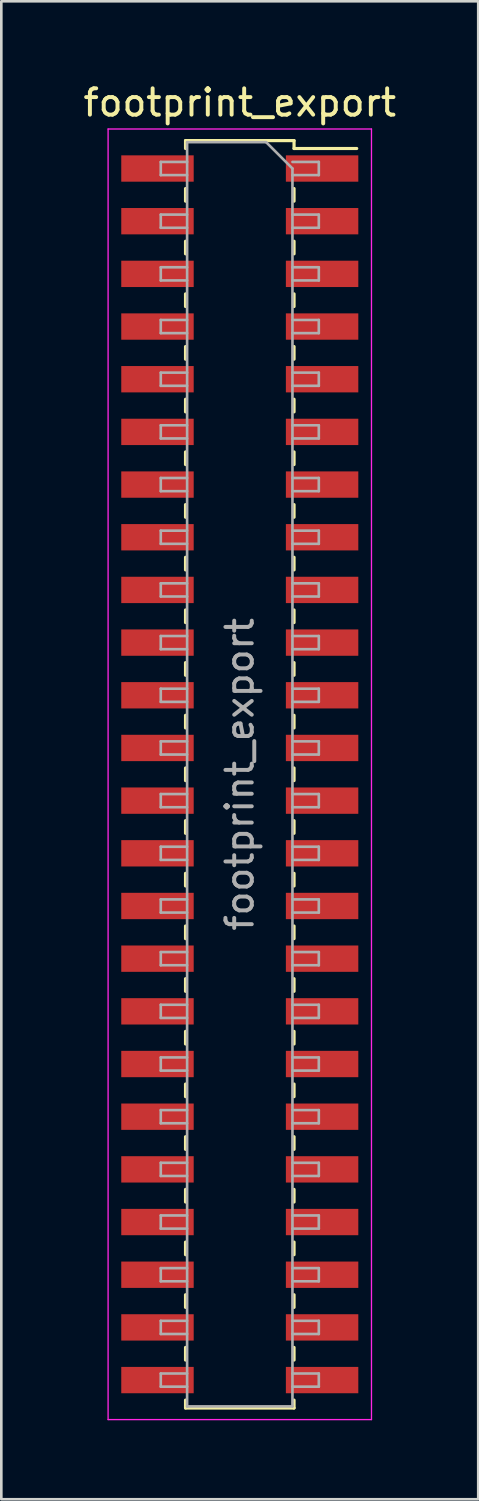
<source format=kicad_pcb>
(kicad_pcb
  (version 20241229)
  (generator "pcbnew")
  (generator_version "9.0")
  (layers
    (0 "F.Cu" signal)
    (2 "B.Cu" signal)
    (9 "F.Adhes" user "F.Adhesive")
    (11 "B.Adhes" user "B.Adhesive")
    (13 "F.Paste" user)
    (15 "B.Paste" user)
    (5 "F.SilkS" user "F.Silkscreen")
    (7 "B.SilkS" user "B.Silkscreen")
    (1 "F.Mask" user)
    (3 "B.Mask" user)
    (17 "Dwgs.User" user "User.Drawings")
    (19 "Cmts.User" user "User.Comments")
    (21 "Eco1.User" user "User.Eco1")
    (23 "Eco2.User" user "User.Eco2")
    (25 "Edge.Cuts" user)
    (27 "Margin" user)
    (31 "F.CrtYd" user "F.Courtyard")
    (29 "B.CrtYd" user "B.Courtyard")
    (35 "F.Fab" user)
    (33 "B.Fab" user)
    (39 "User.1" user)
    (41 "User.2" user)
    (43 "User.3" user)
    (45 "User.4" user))
  (footprint "footprint_export"
    (layer "F.Cu")
    (at 6.054 26.348)
    (property "Reference" "footprint_export" (at 0 -25.5 0) (layer "F.SilkS") (effects (font (size 1 1) (thickness 0.15))))
    (attr smd)
    (fp_line (start -2.06 -24.06) (end -2.06 -23.76) (stroke (width 0.12) (type solid)) (layer "F.SilkS"))
    (fp_line (start -2.06 -24.06) (end 2.06 -24.06) (stroke (width 0.12) (type solid)) (layer "F.SilkS"))
    (fp_line (start -2.06 -22.24) (end -2.06 -21.76) (stroke (width 0.12) (type solid)) (layer "F.SilkS"))
    (fp_line (start -2.06 -20.24) (end -2.06 -19.76) (stroke (width 0.12) (type solid)) (layer "F.SilkS"))
    (fp_line (start -2.06 -18.24) (end -2.06 -17.76) (stroke (width 0.12) (type solid)) (layer "F.SilkS"))
    (fp_line (start -2.06 -16.24) (end -2.06 -15.76) (stroke (width 0.12) (type solid)) (layer "F.SilkS"))
    (fp_line (start -2.06 -14.24) (end -2.06 -13.76) (stroke (width 0.12) (type solid)) (layer "F.SilkS"))
    (fp_line (start -2.06 -12.24) (end -2.06 -11.76) (stroke (width 0.12) (type solid)) (layer "F.SilkS"))
    (fp_line (start -2.06 -10.24) (end -2.06 -9.76) (stroke (width 0.12) (type solid)) (layer "F.SilkS"))
    (fp_line (start -2.06 -8.24) (end -2.06 -7.76) (stroke (width 0.12) (type solid)) (layer "F.SilkS"))
    (fp_line (start -2.06 -6.24) (end -2.06 -5.76) (stroke (width 0.12) (type solid)) (layer "F.SilkS"))
    (fp_line (start -2.06 -4.24) (end -2.06 -3.76) (stroke (width 0.12) (type solid)) (layer "F.SilkS"))
    (fp_line (start -2.06 -2.24) (end -2.06 -1.76) (stroke (width 0.12) (type solid)) (layer "F.SilkS"))
    (fp_line (start -2.06 -0.24) (end -2.06 0.24) (stroke (width 0.12) (type solid)) (layer "F.SilkS"))
    (fp_line (start -2.06 1.76) (end -2.06 2.24) (stroke (width 0.12) (type solid)) (layer "F.SilkS"))
    (fp_line (start -2.06 3.76) (end -2.06 4.24) (stroke (width 0.12) (type solid)) (layer "F.SilkS"))
    (fp_line (start -2.06 5.76) (end -2.06 6.24) (stroke (width 0.12) (type solid)) (layer "F.SilkS"))
    (fp_line (start -2.06 7.76) (end -2.06 8.24) (stroke (width 0.12) (type solid)) (layer "F.SilkS"))
    (fp_line (start -2.06 9.76) (end -2.06 10.24) (stroke (width 0.12) (type solid)) (layer "F.SilkS"))
    (fp_line (start -2.06 11.76) (end -2.06 12.24) (stroke (width 0.12) (type solid)) (layer "F.SilkS"))
    (fp_line (start -2.06 13.76) (end -2.06 14.24) (stroke (width 0.12) (type solid)) (layer "F.SilkS"))
    (fp_line (start -2.06 15.76) (end -2.06 16.24) (stroke (width 0.12) (type solid)) (layer "F.SilkS"))
    (fp_line (start -2.06 17.76) (end -2.06 18.24) (stroke (width 0.12) (type solid)) (layer "F.SilkS"))
    (fp_line (start -2.06 19.76) (end -2.06 20.24) (stroke (width 0.12) (type solid)) (layer "F.SilkS"))
    (fp_line (start -2.06 21.76) (end -2.06 22.24) (stroke (width 0.12) (type solid)) (layer "F.SilkS"))
    (fp_line (start -2.06 23.76) (end -2.06 24.06) (stroke (width 0.12) (type solid)) (layer "F.SilkS"))
    (fp_line (start -2.06 24.06) (end 2.06 24.06) (stroke (width 0.12) (type solid)) (layer "F.SilkS"))
    (fp_line (start 2.06 -24.06) (end 2.06 -23.76) (stroke (width 0.12) (type solid)) (layer "F.SilkS"))
    (fp_line (start 2.06 -23.76) (end 4.44 -23.76) (stroke (width 0.12) (type solid)) (layer "F.SilkS"))
    (fp_line (start 2.06 -22.24) (end 2.06 -21.76) (stroke (width 0.12) (type solid)) (layer "F.SilkS"))
    (fp_line (start 2.06 -20.24) (end 2.06 -19.76) (stroke (width 0.12) (type solid)) (layer "F.SilkS"))
    (fp_line (start 2.06 -18.24) (end 2.06 -17.76) (stroke (width 0.12) (type solid)) (layer "F.SilkS"))
    (fp_line (start 2.06 -16.24) (end 2.06 -15.76) (stroke (width 0.12) (type solid)) (layer "F.SilkS"))
    (fp_line (start 2.06 -14.24) (end 2.06 -13.76) (stroke (width 0.12) (type solid)) (layer "F.SilkS"))
    (fp_line (start 2.06 -12.24) (end 2.06 -11.76) (stroke (width 0.12) (type solid)) (layer "F.SilkS"))
    (fp_line (start 2.06 -10.24) (end 2.06 -9.76) (stroke (width 0.12) (type solid)) (layer "F.SilkS"))
    (fp_line (start 2.06 -8.24) (end 2.06 -7.76) (stroke (width 0.12) (type solid)) (layer "F.SilkS"))
    (fp_line (start 2.06 -6.24) (end 2.06 -5.76) (stroke (width 0.12) (type solid)) (layer "F.SilkS"))
    (fp_line (start 2.06 -4.24) (end 2.06 -3.76) (stroke (width 0.12) (type solid)) (layer "F.SilkS"))
    (fp_line (start 2.06 -2.24) (end 2.06 -1.76) (stroke (width 0.12) (type solid)) (layer "F.SilkS"))
    (fp_line (start 2.06 -0.24) (end 2.06 0.24) (stroke (width 0.12) (type solid)) (layer "F.SilkS"))
    (fp_line (start 2.06 1.76) (end 2.06 2.24) (stroke (width 0.12) (type solid)) (layer "F.SilkS"))
    (fp_line (start 2.06 3.76) (end 2.06 4.24) (stroke (width 0.12) (type solid)) (layer "F.SilkS"))
    (fp_line (start 2.06 5.76) (end 2.06 6.24) (stroke (width 0.12) (type solid)) (layer "F.SilkS"))
    (fp_line (start 2.06 7.76) (end 2.06 8.24) (stroke (width 0.12) (type solid)) (layer "F.SilkS"))
    (fp_line (start 2.06 9.76) (end 2.06 10.24) (stroke (width 0.12) (type solid)) (layer "F.SilkS"))
    (fp_line (start 2.06 11.76) (end 2.06 12.24) (stroke (width 0.12) (type solid)) (layer "F.SilkS"))
    (fp_line (start 2.06 13.76) (end 2.06 14.24) (stroke (width 0.12) (type solid)) (layer "F.SilkS"))
    (fp_line (start 2.06 15.76) (end 2.06 16.24) (stroke (width 0.12) (type solid)) (layer "F.SilkS"))
    (fp_line (start 2.06 17.76) (end 2.06 18.24) (stroke (width 0.12) (type solid)) (layer "F.SilkS"))
    (fp_line (start 2.06 19.76) (end 2.06 20.24) (stroke (width 0.12) (type solid)) (layer "F.SilkS"))
    (fp_line (start 2.06 21.76) (end 2.06 22.24) (stroke (width 0.12) (type solid)) (layer "F.SilkS"))
    (fp_line (start 2.06 23.76) (end 2.06 24.06) (stroke (width 0.12) (type solid)) (layer "F.SilkS"))
    (fp_line (start -5 -24.5) (end 5 -24.5) (stroke (width 0.05) (type solid)) (layer "F.CrtYd"))
    (fp_line (start -5 24.5) (end -5 -24.5) (stroke (width 0.05) (type solid)) (layer "F.CrtYd"))
    (fp_line (start 5 -24.5) (end 5 24.5) (stroke (width 0.05) (type solid)) (layer "F.CrtYd"))
    (fp_line (start 5 24.5) (end -5 24.5) (stroke (width 0.05) (type solid)) (layer "F.CrtYd"))
    (fp_line (start -3 -23.25) (end -2 -23.25) (stroke (width 0.1) (type solid)) (layer "F.Fab"))
    (fp_line (start -3 -22.75) (end -3 -23.25) (stroke (width 0.1) (type solid)) (layer "F.Fab"))
    (fp_line (start -3 -21.25) (end -2 -21.25) (stroke (width 0.1) (type solid)) (layer "F.Fab"))
    (fp_line (start -3 -20.75) (end -3 -21.25) (stroke (width 0.1) (type solid)) (layer "F.Fab"))
    (fp_line (start -3 -19.25) (end -2 -19.25) (stroke (width 0.1) (type solid)) (layer "F.Fab"))
    (fp_line (start -3 -18.75) (end -3 -19.25) (stroke (width 0.1) (type solid)) (layer "F.Fab"))
    (fp_line (start -3 -17.25) (end -2 -17.25) (stroke (width 0.1) (type solid)) (layer "F.Fab"))
    (fp_line (start -3 -16.75) (end -3 -17.25) (stroke (width 0.1) (type solid)) (layer "F.Fab"))
    (fp_line (start -3 -15.25) (end -2 -15.25) (stroke (width 0.1) (type solid)) (layer "F.Fab"))
    (fp_line (start -3 -14.75) (end -3 -15.25) (stroke (width 0.1) (type solid)) (layer "F.Fab"))
    (fp_line (start -3 -13.25) (end -2 -13.25) (stroke (width 0.1) (type solid)) (layer "F.Fab"))
    (fp_line (start -3 -12.75) (end -3 -13.25) (stroke (width 0.1) (type solid)) (layer "F.Fab"))
    (fp_line (start -3 -11.25) (end -2 -11.25) (stroke (width 0.1) (type solid)) (layer "F.Fab"))
    (fp_line (start -3 -10.75) (end -3 -11.25) (stroke (width 0.1) (type solid)) (layer "F.Fab"))
    (fp_line (start -3 -9.25) (end -2 -9.25) (stroke (width 0.1) (type solid)) (layer "F.Fab"))
    (fp_line (start -3 -8.75) (end -3 -9.25) (stroke (width 0.1) (type solid)) (layer "F.Fab"))
    (fp_line (start -3 -7.25) (end -2 -7.25) (stroke (width 0.1) (type solid)) (layer "F.Fab"))
    (fp_line (start -3 -6.75) (end -3 -7.25) (stroke (width 0.1) (type solid)) (layer "F.Fab"))
    (fp_line (start -3 -5.25) (end -2 -5.25) (stroke (width 0.1) (type solid)) (layer "F.Fab"))
    (fp_line (start -3 -4.75) (end -3 -5.25) (stroke (width 0.1) (type solid)) (layer "F.Fab"))
    (fp_line (start -3 -3.25) (end -2 -3.25) (stroke (width 0.1) (type solid)) (layer "F.Fab"))
    (fp_line (start -3 -2.75) (end -3 -3.25) (stroke (width 0.1) (type solid)) (layer "F.Fab"))
    (fp_line (start -3 -1.25) (end -2 -1.25) (stroke (width 0.1) (type solid)) (layer "F.Fab"))
    (fp_line (start -3 -0.75) (end -3 -1.25) (stroke (width 0.1) (type solid)) (layer "F.Fab"))
    (fp_line (start -3 0.75) (end -2 0.75) (stroke (width 0.1) (type solid)) (layer "F.Fab"))
    (fp_line (start -3 1.25) (end -3 0.75) (stroke (width 0.1) (type solid)) (layer "F.Fab"))
    (fp_line (start -3 2.75) (end -2 2.75) (stroke (width 0.1) (type solid)) (layer "F.Fab"))
    (fp_line (start -3 3.25) (end -3 2.75) (stroke (width 0.1) (type solid)) (layer "F.Fab"))
    (fp_line (start -3 4.75) (end -2 4.75) (stroke (width 0.1) (type solid)) (layer "F.Fab"))
    (fp_line (start -3 5.25) (end -3 4.75) (stroke (width 0.1) (type solid)) (layer "F.Fab"))
    (fp_line (start -3 6.75) (end -2 6.75) (stroke (width 0.1) (type solid)) (layer "F.Fab"))
    (fp_line (start -3 7.25) (end -3 6.75) (stroke (width 0.1) (type solid)) (layer "F.Fab"))
    (fp_line (start -3 8.75) (end -2 8.75) (stroke (width 0.1) (type solid)) (layer "F.Fab"))
    (fp_line (start -3 9.25) (end -3 8.75) (stroke (width 0.1) (type solid)) (layer "F.Fab"))
    (fp_line (start -3 10.75) (end -2 10.75) (stroke (width 0.1) (type solid)) (layer "F.Fab"))
    (fp_line (start -3 11.25) (end -3 10.75) (stroke (width 0.1) (type solid)) (layer "F.Fab"))
    (fp_line (start -3 12.75) (end -2 12.75) (stroke (width 0.1) (type solid)) (layer "F.Fab"))
    (fp_line (start -3 13.25) (end -3 12.75) (stroke (width 0.1) (type solid)) (layer "F.Fab"))
    (fp_line (start -3 14.75) (end -2 14.75) (stroke (width 0.1) (type solid)) (layer "F.Fab"))
    (fp_line (start -3 15.25) (end -3 14.75) (stroke (width 0.1) (type solid)) (layer "F.Fab"))
    (fp_line (start -3 16.75) (end -2 16.75) (stroke (width 0.1) (type solid)) (layer "F.Fab"))
    (fp_line (start -3 17.25) (end -3 16.75) (stroke (width 0.1) (type solid)) (layer "F.Fab"))
    (fp_line (start -3 18.75) (end -2 18.75) (stroke (width 0.1) (type solid)) (layer "F.Fab"))
    (fp_line (start -3 19.25) (end -3 18.75) (stroke (width 0.1) (type solid)) (layer "F.Fab"))
    (fp_line (start -3 20.75) (end -2 20.75) (stroke (width 0.1) (type solid)) (layer "F.Fab"))
    (fp_line (start -3 21.25) (end -3 20.75) (stroke (width 0.1) (type solid)) (layer "F.Fab"))
    (fp_line (start -3 22.75) (end -2 22.75) (stroke (width 0.1) (type solid)) (layer "F.Fab"))
    (fp_line (start -3 23.25) (end -3 22.75) (stroke (width 0.1) (type solid)) (layer "F.Fab"))
    (fp_line (start -2 -24) (end 1 -24) (stroke (width 0.1) (type solid)) (layer "F.Fab"))
    (fp_line (start -2 -22.75) (end -3 -22.75) (stroke (width 0.1) (type solid)) (layer "F.Fab"))
    (fp_line (start -2 -20.75) (end -3 -20.75) (stroke (width 0.1) (type solid)) (layer "F.Fab"))
    (fp_line (start -2 -18.75) (end -3 -18.75) (stroke (width 0.1) (type solid)) (layer "F.Fab"))
    (fp_line (start -2 -16.75) (end -3 -16.75) (stroke (width 0.1) (type solid)) (layer "F.Fab"))
    (fp_line (start -2 -14.75) (end -3 -14.75) (stroke (width 0.1) (type solid)) (layer "F.Fab"))
    (fp_line (start -2 -12.75) (end -3 -12.75) (stroke (width 0.1) (type solid)) (layer "F.Fab"))
    (fp_line (start -2 -10.75) (end -3 -10.75) (stroke (width 0.1) (type solid)) (layer "F.Fab"))
    (fp_line (start -2 -8.75) (end -3 -8.75) (stroke (width 0.1) (type solid)) (layer "F.Fab"))
    (fp_line (start -2 -6.75) (end -3 -6.75) (stroke (width 0.1) (type solid)) (layer "F.Fab"))
    (fp_line (start -2 -4.75) (end -3 -4.75) (stroke (width 0.1) (type solid)) (layer "F.Fab"))
    (fp_line (start -2 -2.75) (end -3 -2.75) (stroke (width 0.1) (type solid)) (layer "F.Fab"))
    (fp_line (start -2 -0.75) (end -3 -0.75) (stroke (width 0.1) (type solid)) (layer "F.Fab"))
    (fp_line (start -2 1.25) (end -3 1.25) (stroke (width 0.1) (type solid)) (layer "F.Fab"))
    (fp_line (start -2 3.25) (end -3 3.25) (stroke (width 0.1) (type solid)) (layer "F.Fab"))
    (fp_line (start -2 5.25) (end -3 5.25) (stroke (width 0.1) (type solid)) (layer "F.Fab"))
    (fp_line (start -2 7.25) (end -3 7.25) (stroke (width 0.1) (type solid)) (layer "F.Fab"))
    (fp_line (start -2 9.25) (end -3 9.25) (stroke (width 0.1) (type solid)) (layer "F.Fab"))
    (fp_line (start -2 11.25) (end -3 11.25) (stroke (width 0.1) (type solid)) (layer "F.Fab"))
    (fp_line (start -2 13.25) (end -3 13.25) (stroke (width 0.1) (type solid)) (layer "F.Fab"))
    (fp_line (start -2 15.25) (end -3 15.25) (stroke (width 0.1) (type solid)) (layer "F.Fab"))
    (fp_line (start -2 17.25) (end -3 17.25) (stroke (width 0.1) (type solid)) (layer "F.Fab"))
    (fp_line (start -2 19.25) (end -3 19.25) (stroke (width 0.1) (type solid)) (layer "F.Fab"))
    (fp_line (start -2 21.25) (end -3 21.25) (stroke (width 0.1) (type solid)) (layer "F.Fab"))
    (fp_line (start -2 23.25) (end -3 23.25) (stroke (width 0.1) (type solid)) (layer "F.Fab"))
    (fp_line (start -2 24) (end -2 -24) (stroke (width 0.1) (type solid)) (layer "F.Fab"))
    (fp_line (start 1 -24) (end 2 -23) (stroke (width 0.1) (type solid)) (layer "F.Fab"))
    (fp_line (start 2 -23.25) (end 3 -23.25) (stroke (width 0.1) (type solid)) (layer "F.Fab"))
    (fp_line (start 2 -23) (end 2 24) (stroke (width 0.1) (type solid)) (layer "F.Fab"))
    (fp_line (start 2 -21.25) (end 3 -21.25) (stroke (width 0.1) (type solid)) (layer "F.Fab"))
    (fp_line (start 2 -19.25) (end 3 -19.25) (stroke (width 0.1) (type solid)) (layer "F.Fab"))
    (fp_line (start 2 -17.25) (end 3 -17.25) (stroke (width 0.1) (type solid)) (layer "F.Fab"))
    (fp_line (start 2 -15.25) (end 3 -15.25) (stroke (width 0.1) (type solid)) (layer "F.Fab"))
    (fp_line (start 2 -13.25) (end 3 -13.25) (stroke (width 0.1) (type solid)) (layer "F.Fab"))
    (fp_line (start 2 -11.25) (end 3 -11.25) (stroke (width 0.1) (type solid)) (layer "F.Fab"))
    (fp_line (start 2 -9.25) (end 3 -9.25) (stroke (width 0.1) (type solid)) (layer "F.Fab"))
    (fp_line (start 2 -7.25) (end 3 -7.25) (stroke (width 0.1) (type solid)) (layer "F.Fab"))
    (fp_line (start 2 -5.25) (end 3 -5.25) (stroke (width 0.1) (type solid)) (layer "F.Fab"))
    (fp_line (start 2 -3.25) (end 3 -3.25) (stroke (width 0.1) (type solid)) (layer "F.Fab"))
    (fp_line (start 2 -1.25) (end 3 -1.25) (stroke (width 0.1) (type solid)) (layer "F.Fab"))
    (fp_line (start 2 0.75) (end 3 0.75) (stroke (width 0.1) (type solid)) (layer "F.Fab"))
    (fp_line (start 2 2.75) (end 3 2.75) (stroke (width 0.1) (type solid)) (layer "F.Fab"))
    (fp_line (start 2 4.75) (end 3 4.75) (stroke (width 0.1) (type solid)) (layer "F.Fab"))
    (fp_line (start 2 6.75) (end 3 6.75) (stroke (width 0.1) (type solid)) (layer "F.Fab"))
    (fp_line (start 2 8.75) (end 3 8.75) (stroke (width 0.1) (type solid)) (layer "F.Fab"))
    (fp_line (start 2 10.75) (end 3 10.75) (stroke (width 0.1) (type solid)) (layer "F.Fab"))
    (fp_line (start 2 12.75) (end 3 12.75) (stroke (width 0.1) (type solid)) (layer "F.Fab"))
    (fp_line (start 2 14.75) (end 3 14.75) (stroke (width 0.1) (type solid)) (layer "F.Fab"))
    (fp_line (start 2 16.75) (end 3 16.75) (stroke (width 0.1) (type solid)) (layer "F.Fab"))
    (fp_line (start 2 18.75) (end 3 18.75) (stroke (width 0.1) (type solid)) (layer "F.Fab"))
    (fp_line (start 2 20.75) (end 3 20.75) (stroke (width 0.1) (type solid)) (layer "F.Fab"))
    (fp_line (start 2 22.75) (end 3 22.75) (stroke (width 0.1) (type solid)) (layer "F.Fab"))
    (fp_line (start 2 24) (end -2 24) (stroke (width 0.1) (type solid)) (layer "F.Fab"))
    (fp_line (start 3 -23.25) (end 3 -22.75) (stroke (width 0.1) (type solid)) (layer "F.Fab"))
    (fp_line (start 3 -22.75) (end 2 -22.75) (stroke (width 0.1) (type solid)) (layer "F.Fab"))
    (fp_line (start 3 -21.25) (end 3 -20.75) (stroke (width 0.1) (type solid)) (layer "F.Fab"))
    (fp_line (start 3 -20.75) (end 2 -20.75) (stroke (width 0.1) (type solid)) (layer "F.Fab"))
    (fp_line (start 3 -19.25) (end 3 -18.75) (stroke (width 0.1) (type solid)) (layer "F.Fab"))
    (fp_line (start 3 -18.75) (end 2 -18.75) (stroke (width 0.1) (type solid)) (layer "F.Fab"))
    (fp_line (start 3 -17.25) (end 3 -16.75) (stroke (width 0.1) (type solid)) (layer "F.Fab"))
    (fp_line (start 3 -16.75) (end 2 -16.75) (stroke (width 0.1) (type solid)) (layer "F.Fab"))
    (fp_line (start 3 -15.25) (end 3 -14.75) (stroke (width 0.1) (type solid)) (layer "F.Fab"))
    (fp_line (start 3 -14.75) (end 2 -14.75) (stroke (width 0.1) (type solid)) (layer "F.Fab"))
    (fp_line (start 3 -13.25) (end 3 -12.75) (stroke (width 0.1) (type solid)) (layer "F.Fab"))
    (fp_line (start 3 -12.75) (end 2 -12.75) (stroke (width 0.1) (type solid)) (layer "F.Fab"))
    (fp_line (start 3 -11.25) (end 3 -10.75) (stroke (width 0.1) (type solid)) (layer "F.Fab"))
    (fp_line (start 3 -10.75) (end 2 -10.75) (stroke (width 0.1) (type solid)) (layer "F.Fab"))
    (fp_line (start 3 -9.25) (end 3 -8.75) (stroke (width 0.1) (type solid)) (layer "F.Fab"))
    (fp_line (start 3 -8.75) (end 2 -8.75) (stroke (width 0.1) (type solid)) (layer "F.Fab"))
    (fp_line (start 3 -7.25) (end 3 -6.75) (stroke (width 0.1) (type solid)) (layer "F.Fab"))
    (fp_line (start 3 -6.75) (end 2 -6.75) (stroke (width 0.1) (type solid)) (layer "F.Fab"))
    (fp_line (start 3 -5.25) (end 3 -4.75) (stroke (width 0.1) (type solid)) (layer "F.Fab"))
    (fp_line (start 3 -4.75) (end 2 -4.75) (stroke (width 0.1) (type solid)) (layer "F.Fab"))
    (fp_line (start 3 -3.25) (end 3 -2.75) (stroke (width 0.1) (type solid)) (layer "F.Fab"))
    (fp_line (start 3 -2.75) (end 2 -2.75) (stroke (width 0.1) (type solid)) (layer "F.Fab"))
    (fp_line (start 3 -1.25) (end 3 -0.75) (stroke (width 0.1) (type solid)) (layer "F.Fab"))
    (fp_line (start 3 -0.75) (end 2 -0.75) (stroke (width 0.1) (type solid)) (layer "F.Fab"))
    (fp_line (start 3 0.75) (end 3 1.25) (stroke (width 0.1) (type solid)) (layer "F.Fab"))
    (fp_line (start 3 1.25) (end 2 1.25) (stroke (width 0.1) (type solid)) (layer "F.Fab"))
    (fp_line (start 3 2.75) (end 3 3.25) (stroke (width 0.1) (type solid)) (layer "F.Fab"))
    (fp_line (start 3 3.25) (end 2 3.25) (stroke (width 0.1) (type solid)) (layer "F.Fab"))
    (fp_line (start 3 4.75) (end 3 5.25) (stroke (width 0.1) (type solid)) (layer "F.Fab"))
    (fp_line (start 3 5.25) (end 2 5.25) (stroke (width 0.1) (type solid)) (layer "F.Fab"))
    (fp_line (start 3 6.75) (end 3 7.25) (stroke (width 0.1) (type solid)) (layer "F.Fab"))
    (fp_line (start 3 7.25) (end 2 7.25) (stroke (width 0.1) (type solid)) (layer "F.Fab"))
    (fp_line (start 3 8.75) (end 3 9.25) (stroke (width 0.1) (type solid)) (layer "F.Fab"))
    (fp_line (start 3 9.25) (end 2 9.25) (stroke (width 0.1) (type solid)) (layer "F.Fab"))
    (fp_line (start 3 10.75) (end 3 11.25) (stroke (width 0.1) (type solid)) (layer "F.Fab"))
    (fp_line (start 3 11.25) (end 2 11.25) (stroke (width 0.1) (type solid)) (layer "F.Fab"))
    (fp_line (start 3 12.75) (end 3 13.25) (stroke (width 0.1) (type solid)) (layer "F.Fab"))
    (fp_line (start 3 13.25) (end 2 13.25) (stroke (width 0.1) (type solid)) (layer "F.Fab"))
    (fp_line (start 3 14.75) (end 3 15.25) (stroke (width 0.1) (type solid)) (layer "F.Fab"))
    (fp_line (start 3 15.25) (end 2 15.25) (stroke (width 0.1) (type solid)) (layer "F.Fab"))
    (fp_line (start 3 16.75) (end 3 17.25) (stroke (width 0.1) (type solid)) (layer "F.Fab"))
    (fp_line (start 3 17.25) (end 2 17.25) (stroke (width 0.1) (type solid)) (layer "F.Fab"))
    (fp_line (start 3 18.75) (end 3 19.25) (stroke (width 0.1) (type solid)) (layer "F.Fab"))
    (fp_line (start 3 19.25) (end 2 19.25) (stroke (width 0.1) (type solid)) (layer "F.Fab"))
    (fp_line (start 3 20.75) (end 3 21.25) (stroke (width 0.1) (type solid)) (layer "F.Fab"))
    (fp_line (start 3 21.25) (end 2 21.25) (stroke (width 0.1) (type solid)) (layer "F.Fab"))
    (fp_line (start 3 22.75) (end 3 23.25) (stroke (width 0.1) (type solid)) (layer "F.Fab"))
    (fp_line (start 3 23.25) (end 2 23.25) (stroke (width 0.1) (type solid)) (layer "F.Fab"))
    (fp_text user "${REFERENCE}" (at 0 0 90) (layer "F.Fab") (effects (font (size 1 1) (thickness 0.15))))
    (pad "1" smd rect (at 3.125 -23) (size 2.75 1) (layers "F.Cu" "F.Mask" "F.Paste"))
    (pad "2" smd rect (at -3.125 -23) (size 2.75 1) (layers "F.Cu" "F.Mask" "F.Paste"))
    (pad "3" smd rect (at 3.125 -21) (size 2.75 1) (layers "F.Cu" "F.Mask" "F.Paste"))
    (pad "4" smd rect (at -3.125 -21) (size 2.75 1) (layers "F.Cu" "F.Mask" "F.Paste"))
    (pad "5" smd rect (at 3.125 -19) (size 2.75 1) (layers "F.Cu" "F.Mask" "F.Paste"))
    (pad "6" smd rect (at -3.125 -19) (size 2.75 1) (layers "F.Cu" "F.Mask" "F.Paste"))
    (pad "7" smd rect (at 3.125 -17) (size 2.75 1) (layers "F.Cu" "F.Mask" "F.Paste"))
    (pad "8" smd rect (at -3.125 -17) (size 2.75 1) (layers "F.Cu" "F.Mask" "F.Paste"))
    (pad "9" smd rect (at 3.125 -15) (size 2.75 1) (layers "F.Cu" "F.Mask" "F.Paste"))
    (pad "10" smd rect (at -3.125 -15) (size 2.75 1) (layers "F.Cu" "F.Mask" "F.Paste"))
    (pad "11" smd rect (at 3.125 -13) (size 2.75 1) (layers "F.Cu" "F.Mask" "F.Paste"))
    (pad "12" smd rect (at -3.125 -13) (size 2.75 1) (layers "F.Cu" "F.Mask" "F.Paste"))
    (pad "13" smd rect (at 3.125 -11) (size 2.75 1) (layers "F.Cu" "F.Mask" "F.Paste"))
    (pad "14" smd rect (at -3.125 -11) (size 2.75 1) (layers "F.Cu" "F.Mask" "F.Paste"))
    (pad "15" smd rect (at 3.125 -9) (size 2.75 1) (layers "F.Cu" "F.Mask" "F.Paste"))
    (pad "16" smd rect (at -3.125 -9) (size 2.75 1) (layers "F.Cu" "F.Mask" "F.Paste"))
    (pad "17" smd rect (at 3.125 -7) (size 2.75 1) (layers "F.Cu" "F.Mask" "F.Paste"))
    (pad "18" smd rect (at -3.125 -7) (size 2.75 1) (layers "F.Cu" "F.Mask" "F.Paste"))
    (pad "19" smd rect (at 3.125 -5) (size 2.75 1) (layers "F.Cu" "F.Mask" "F.Paste"))
    (pad "20" smd rect (at -3.125 -5) (size 2.75 1) (layers "F.Cu" "F.Mask" "F.Paste"))
    (pad "21" smd rect (at 3.125 -3) (size 2.75 1) (layers "F.Cu" "F.Mask" "F.Paste"))
    (pad "22" smd rect (at -3.125 -3) (size 2.75 1) (layers "F.Cu" "F.Mask" "F.Paste"))
    (pad "23" smd rect (at 3.125 -1) (size 2.75 1) (layers "F.Cu" "F.Mask" "F.Paste"))
    (pad "24" smd rect (at -3.125 -1) (size 2.75 1) (layers "F.Cu" "F.Mask" "F.Paste"))
    (pad "25" smd rect (at 3.125 1) (size 2.75 1) (layers "F.Cu" "F.Mask" "F.Paste"))
    (pad "26" smd rect (at -3.125 1) (size 2.75 1) (layers "F.Cu" "F.Mask" "F.Paste"))
    (pad "27" smd rect (at 3.125 3) (size 2.75 1) (layers "F.Cu" "F.Mask" "F.Paste"))
    (pad "28" smd rect (at -3.125 3) (size 2.75 1) (layers "F.Cu" "F.Mask" "F.Paste"))
    (pad "29" smd rect (at 3.125 5) (size 2.75 1) (layers "F.Cu" "F.Mask" "F.Paste"))
    (pad "30" smd rect (at -3.125 5) (size 2.75 1) (layers "F.Cu" "F.Mask" "F.Paste"))
    (pad "31" smd rect (at 3.125 7) (size 2.75 1) (layers "F.Cu" "F.Mask" "F.Paste"))
    (pad "32" smd rect (at -3.125 7) (size 2.75 1) (layers "F.Cu" "F.Mask" "F.Paste"))
    (pad "33" smd rect (at 3.125 9) (size 2.75 1) (layers "F.Cu" "F.Mask" "F.Paste"))
    (pad "34" smd rect (at -3.125 9) (size 2.75 1) (layers "F.Cu" "F.Mask" "F.Paste"))
    (pad "35" smd rect (at 3.125 11) (size 2.75 1) (layers "F.Cu" "F.Mask" "F.Paste"))
    (pad "36" smd rect (at -3.125 11) (size 2.75 1) (layers "F.Cu" "F.Mask" "F.Paste"))
    (pad "37" smd rect (at 3.125 13) (size 2.75 1) (layers "F.Cu" "F.Mask" "F.Paste"))
    (pad "38" smd rect (at -3.125 13) (size 2.75 1) (layers "F.Cu" "F.Mask" "F.Paste"))
    (pad "39" smd rect (at 3.125 15) (size 2.75 1) (layers "F.Cu" "F.Mask" "F.Paste"))
    (pad "40" smd rect (at -3.125 15) (size 2.75 1) (layers "F.Cu" "F.Mask" "F.Paste"))
    (pad "41" smd rect (at 3.125 17) (size 2.75 1) (layers "F.Cu" "F.Mask" "F.Paste"))
    (pad "42" smd rect (at -3.125 17) (size 2.75 1) (layers "F.Cu" "F.Mask" "F.Paste"))
    (pad "43" smd rect (at 3.125 19) (size 2.75 1) (layers "F.Cu" "F.Mask" "F.Paste"))
    (pad "44" smd rect (at -3.125 19) (size 2.75 1) (layers "F.Cu" "F.Mask" "F.Paste"))
    (pad "45" smd rect (at 3.125 21) (size 2.75 1) (layers "F.Cu" "F.Mask" "F.Paste"))
    (pad "46" smd rect (at -3.125 21) (size 2.75 1) (layers "F.Cu" "F.Mask" "F.Paste"))
    (pad "47" smd rect (at 3.125 23) (size 2.75 1) (layers "F.Cu" "F.Mask" "F.Paste"))
    (pad "48" smd rect (at -3.125 23) (size 2.75 1) (layers "F.Cu" "F.Mask" "F.Paste")))
  (gr_rect
    (start -3 -3)
    (end 15.107 53.873)
    (stroke (width 0.1) (type default))
    (fill no)
    (layer "Edge.Cuts")))
</source>
